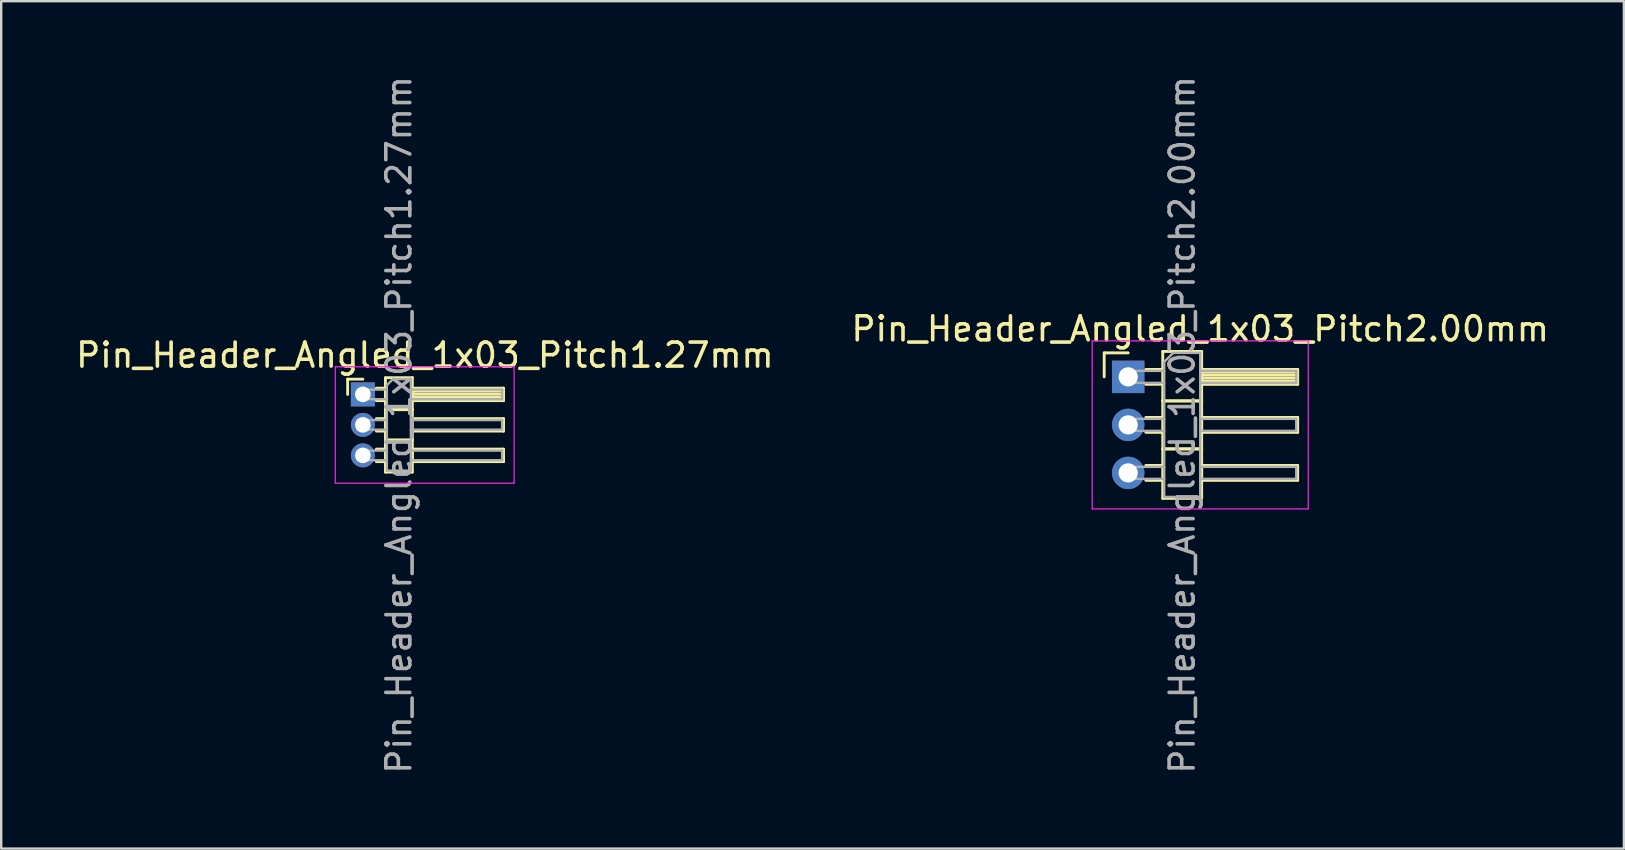
<source format=kicad_pcb>
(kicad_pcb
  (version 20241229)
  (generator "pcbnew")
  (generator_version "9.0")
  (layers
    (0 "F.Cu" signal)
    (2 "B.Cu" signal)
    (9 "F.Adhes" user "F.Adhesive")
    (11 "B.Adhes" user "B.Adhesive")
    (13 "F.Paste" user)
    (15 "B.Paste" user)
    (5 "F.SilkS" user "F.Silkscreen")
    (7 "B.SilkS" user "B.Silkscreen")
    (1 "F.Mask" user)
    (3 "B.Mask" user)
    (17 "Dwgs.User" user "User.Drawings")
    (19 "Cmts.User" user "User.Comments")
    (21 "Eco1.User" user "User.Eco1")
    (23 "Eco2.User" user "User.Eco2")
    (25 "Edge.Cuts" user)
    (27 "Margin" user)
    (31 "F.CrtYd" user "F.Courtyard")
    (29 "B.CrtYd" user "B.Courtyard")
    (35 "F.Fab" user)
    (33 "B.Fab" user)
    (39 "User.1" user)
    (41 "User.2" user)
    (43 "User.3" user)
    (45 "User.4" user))
  (footprint "Pin_Header_Angled_1x03_Pitch1.27mm"
    (layer "F.Cu")
    (at 12.066 13.379)
    (property "Reference" "Pin_Header_Angled_1x03_Pitch1.27mm" (at 2.583 -1.635 0) (layer "F.SilkS") (effects (font (size 1 1) (thickness 0.15))))
    (attr through_hole)
    (fp_line (start -0.635 -0.635) (end 0 -0.635) (stroke (width 0.12) (type solid)) (layer "F.SilkS"))
    (fp_line (start -0.635 0) (end -0.635 -0.635) (stroke (width 0.12) (type solid)) (layer "F.SilkS"))
    (fp_line (start 0.56 -0.26) (end 0.94 -0.26) (stroke (width 0.12) (type solid)) (layer "F.SilkS"))
    (fp_line (start 0.56 0.26) (end 0.94 0.26) (stroke (width 0.12) (type solid)) (layer "F.SilkS"))
    (fp_line (start 0.56 1.01) (end 0.94 1.01) (stroke (width 0.12) (type solid)) (layer "F.SilkS"))
    (fp_line (start 0.56 1.53) (end 0.94 1.53) (stroke (width 0.12) (type solid)) (layer "F.SilkS"))
    (fp_line (start 0.56 2.28) (end 0.94 2.28) (stroke (width 0.12) (type solid)) (layer "F.SilkS"))
    (fp_line (start 0.56 2.8) (end 0.94 2.8) (stroke (width 0.12) (type solid)) (layer "F.SilkS"))
    (fp_line (start 0.94 -0.695) (end 0.94 0.635) (stroke (width 0.12) (type solid)) (layer "F.SilkS"))
    (fp_line (start 0.94 0.635) (end 0.94 1.905) (stroke (width 0.12) (type solid)) (layer "F.SilkS"))
    (fp_line (start 0.94 0.635) (end 2.06 0.635) (stroke (width 0.12) (type solid)) (layer "F.SilkS"))
    (fp_line (start 0.94 1.905) (end 0.94 3.235) (stroke (width 0.12) (type solid)) (layer "F.SilkS"))
    (fp_line (start 0.94 1.905) (end 2.06 1.905) (stroke (width 0.12) (type solid)) (layer "F.SilkS"))
    (fp_line (start 0.94 3.235) (end 2.06 3.235) (stroke (width 0.12) (type solid)) (layer "F.SilkS"))
    (fp_line (start 2.06 -0.695) (end 0.94 -0.695) (stroke (width 0.12) (type solid)) (layer "F.SilkS"))
    (fp_line (start 2.06 -0.26) (end 2.06 0.26) (stroke (width 0.12) (type solid)) (layer "F.SilkS"))
    (fp_line (start 2.06 -0.14) (end 5.86 -0.14) (stroke (width 0.12) (type solid)) (layer "F.SilkS"))
    (fp_line (start 2.06 -0.02) (end 5.86 -0.02) (stroke (width 0.12) (type solid)) (layer "F.SilkS"))
    (fp_line (start 2.06 0.1) (end 5.86 0.1) (stroke (width 0.12) (type solid)) (layer "F.SilkS"))
    (fp_line (start 2.06 0.22) (end 5.86 0.22) (stroke (width 0.12) (type solid)) (layer "F.SilkS"))
    (fp_line (start 2.06 0.26) (end 5.86 0.26) (stroke (width 0.12) (type solid)) (layer "F.SilkS"))
    (fp_line (start 2.06 0.635) (end 0.94 0.635) (stroke (width 0.12) (type solid)) (layer "F.SilkS"))
    (fp_line (start 2.06 0.635) (end 2.06 -0.695) (stroke (width 0.12) (type solid)) (layer "F.SilkS"))
    (fp_line (start 2.06 1.01) (end 2.06 1.53) (stroke (width 0.12) (type solid)) (layer "F.SilkS"))
    (fp_line (start 2.06 1.53) (end 5.86 1.53) (stroke (width 0.12) (type solid)) (layer "F.SilkS"))
    (fp_line (start 2.06 1.905) (end 0.94 1.905) (stroke (width 0.12) (type solid)) (layer "F.SilkS"))
    (fp_line (start 2.06 1.905) (end 2.06 0.635) (stroke (width 0.12) (type solid)) (layer "F.SilkS"))
    (fp_line (start 2.06 2.28) (end 2.06 2.8) (stroke (width 0.12) (type solid)) (layer "F.SilkS"))
    (fp_line (start 2.06 2.8) (end 5.86 2.8) (stroke (width 0.12) (type solid)) (layer "F.SilkS"))
    (fp_line (start 2.06 3.235) (end 2.06 1.905) (stroke (width 0.12) (type solid)) (layer "F.SilkS"))
    (fp_line (start 5.86 -0.26) (end 2.06 -0.26) (stroke (width 0.12) (type solid)) (layer "F.SilkS"))
    (fp_line (start 5.86 0.26) (end 5.86 -0.26) (stroke (width 0.12) (type solid)) (layer "F.SilkS"))
    (fp_line (start 5.86 1.01) (end 2.06 1.01) (stroke (width 0.12) (type solid)) (layer "F.SilkS"))
    (fp_line (start 5.86 1.53) (end 5.86 1.01) (stroke (width 0.12) (type solid)) (layer "F.SilkS"))
    (fp_line (start 5.86 2.28) (end 2.06 2.28) (stroke (width 0.12) (type solid)) (layer "F.SilkS"))
    (fp_line (start 5.86 2.8) (end 5.86 2.28) (stroke (width 0.12) (type solid)) (layer "F.SilkS"))
    (fp_line (start -1.15 -1.15) (end -1.15 3.7) (stroke (width 0.05) (type solid)) (layer "F.CrtYd"))
    (fp_line (start -1.15 3.7) (end 6.3 3.7) (stroke (width 0.05) (type solid)) (layer "F.CrtYd"))
    (fp_line (start 6.3 -1.15) (end -1.15 -1.15) (stroke (width 0.05) (type solid)) (layer "F.CrtYd"))
    (fp_line (start 6.3 3.7) (end 6.3 -1.15) (stroke (width 0.05) (type solid)) (layer "F.CrtYd"))
    (fp_line (start -0.2 -0.2) (end -0.2 0.2) (stroke (width 0.1) (type solid)) (layer "F.Fab"))
    (fp_line (start -0.2 -0.2) (end 1 -0.2) (stroke (width 0.1) (type solid)) (layer "F.Fab"))
    (fp_line (start -0.2 0.2) (end 1 0.2) (stroke (width 0.1) (type solid)) (layer "F.Fab"))
    (fp_line (start -0.2 1.07) (end -0.2 1.47) (stroke (width 0.1) (type solid)) (layer "F.Fab"))
    (fp_line (start -0.2 1.07) (end 1 1.07) (stroke (width 0.1) (type solid)) (layer "F.Fab"))
    (fp_line (start -0.2 1.47) (end 1 1.47) (stroke (width 0.1) (type solid)) (layer "F.Fab"))
    (fp_line (start -0.2 2.34) (end -0.2 2.74) (stroke (width 0.1) (type solid)) (layer "F.Fab"))
    (fp_line (start -0.2 2.34) (end 1 2.34) (stroke (width 0.1) (type solid)) (layer "F.Fab"))
    (fp_line (start -0.2 2.74) (end 1 2.74) (stroke (width 0.1) (type solid)) (layer "F.Fab"))
    (fp_line (start 1 -0.385) (end 1.25 -0.635) (stroke (width 0.1) (type solid)) (layer "F.Fab"))
    (fp_line (start 1 3.175) (end 1 -0.385) (stroke (width 0.1) (type solid)) (layer "F.Fab"))
    (fp_line (start 1.25 -0.635) (end 2 -0.635) (stroke (width 0.1) (type solid)) (layer "F.Fab"))
    (fp_line (start 2 -0.635) (end 2 3.175) (stroke (width 0.1) (type solid)) (layer "F.Fab"))
    (fp_line (start 2 -0.2) (end 5.8 -0.2) (stroke (width 0.1) (type solid)) (layer "F.Fab"))
    (fp_line (start 2 0.2) (end 5.8 0.2) (stroke (width 0.1) (type solid)) (layer "F.Fab"))
    (fp_line (start 2 1.07) (end 5.8 1.07) (stroke (width 0.1) (type solid)) (layer "F.Fab"))
    (fp_line (start 2 1.47) (end 5.8 1.47) (stroke (width 0.1) (type solid)) (layer "F.Fab"))
    (fp_line (start 2 2.34) (end 5.8 2.34) (stroke (width 0.1) (type solid)) (layer "F.Fab"))
    (fp_line (start 2 2.74) (end 5.8 2.74) (stroke (width 0.1) (type solid)) (layer "F.Fab"))
    (fp_line (start 2 3.175) (end 1 3.175) (stroke (width 0.1) (type solid)) (layer "F.Fab"))
    (fp_line (start 5.8 -0.2) (end 5.8 0.2) (stroke (width 0.1) (type solid)) (layer "F.Fab"))
    (fp_line (start 5.8 1.07) (end 5.8 1.47) (stroke (width 0.1) (type solid)) (layer "F.Fab"))
    (fp_line (start 5.8 2.34) (end 5.8 2.74) (stroke (width 0.1) (type solid)) (layer "F.Fab"))
    (fp_text user "${REFERENCE}" (at 1.5 1.27 90) (layer "F.Fab") (effects (font (size 1 1) (thickness 0.15))))
    (pad "1" thru_hole rect (at 0 0) (size 1 1) (drill 0.65) (layers "*.Cu" "*.Mask"))
    (pad "2" thru_hole oval (at 0 1.27) (size 1 1) (drill 0.65) (layers "*.Cu" "*.Mask"))
    (pad "3" thru_hole oval (at 0 2.54) (size 1 1) (drill 0.65) (layers "*.Cu" "*.Mask")))
  (footprint "Pin_Header_Angled_1x03_Pitch2.00mm"
    (layer "F.Cu")
    (at 43.946 12.649)
    (property "Reference" "Pin_Header_Angled_1x03_Pitch2.00mm" (at 3 -2 0) (layer "F.SilkS") (effects (font (size 1 1) (thickness 0.15))))
    (attr through_hole)
    (fp_line (start -1 -1) (end 0 -1) (stroke (width 0.12) (type solid)) (layer "F.SilkS"))
    (fp_line (start -1 0) (end -1 -1) (stroke (width 0.12) (type solid)) (layer "F.SilkS"))
    (fp_line (start 0.735 -0.31) (end 1.44 -0.31) (stroke (width 0.12) (type solid)) (layer "F.SilkS"))
    (fp_line (start 0.735 0.31) (end 1.44 0.31) (stroke (width 0.12) (type solid)) (layer "F.SilkS"))
    (fp_line (start 0.735 1.69) (end 1.44 1.69) (stroke (width 0.12) (type solid)) (layer "F.SilkS"))
    (fp_line (start 0.735 2.31) (end 1.44 2.31) (stroke (width 0.12) (type solid)) (layer "F.SilkS"))
    (fp_line (start 0.735 3.69) (end 1.44 3.69) (stroke (width 0.12) (type solid)) (layer "F.SilkS"))
    (fp_line (start 0.735 4.31) (end 1.44 4.31) (stroke (width 0.12) (type solid)) (layer "F.SilkS"))
    (fp_line (start 1.44 -1.06) (end 1.44 1) (stroke (width 0.12) (type solid)) (layer "F.SilkS"))
    (fp_line (start 1.44 1) (end 1.44 3) (stroke (width 0.12) (type solid)) (layer "F.SilkS"))
    (fp_line (start 1.44 1) (end 3.06 1) (stroke (width 0.12) (type solid)) (layer "F.SilkS"))
    (fp_line (start 1.44 3) (end 1.44 5.06) (stroke (width 0.12) (type solid)) (layer "F.SilkS"))
    (fp_line (start 1.44 3) (end 3.06 3) (stroke (width 0.12) (type solid)) (layer "F.SilkS"))
    (fp_line (start 1.44 5.06) (end 3.06 5.06) (stroke (width 0.12) (type solid)) (layer "F.SilkS"))
    (fp_line (start 3.06 -1.06) (end 1.44 -1.06) (stroke (width 0.12) (type solid)) (layer "F.SilkS"))
    (fp_line (start 3.06 -0.31) (end 3.06 0.31) (stroke (width 0.12) (type solid)) (layer "F.SilkS"))
    (fp_line (start 3.06 -0.19) (end 7.06 -0.19) (stroke (width 0.12) (type solid)) (layer "F.SilkS"))
    (fp_line (start 3.06 -0.07) (end 7.06 -0.07) (stroke (width 0.12) (type solid)) (layer "F.SilkS"))
    (fp_line (start 3.06 0.05) (end 7.06 0.05) (stroke (width 0.12) (type solid)) (layer "F.SilkS"))
    (fp_line (start 3.06 0.17) (end 7.06 0.17) (stroke (width 0.12) (type solid)) (layer "F.SilkS"))
    (fp_line (start 3.06 0.29) (end 7.06 0.29) (stroke (width 0.12) (type solid)) (layer "F.SilkS"))
    (fp_line (start 3.06 0.31) (end 7.06 0.31) (stroke (width 0.12) (type solid)) (layer "F.SilkS"))
    (fp_line (start 3.06 1) (end 1.44 1) (stroke (width 0.12) (type solid)) (layer "F.SilkS"))
    (fp_line (start 3.06 1) (end 3.06 -1.06) (stroke (width 0.12) (type solid)) (layer "F.SilkS"))
    (fp_line (start 3.06 1.69) (end 3.06 2.31) (stroke (width 0.12) (type solid)) (layer "F.SilkS"))
    (fp_line (start 3.06 2.31) (end 7.06 2.31) (stroke (width 0.12) (type solid)) (layer "F.SilkS"))
    (fp_line (start 3.06 3) (end 1.44 3) (stroke (width 0.12) (type solid)) (layer "F.SilkS"))
    (fp_line (start 3.06 3) (end 3.06 1) (stroke (width 0.12) (type solid)) (layer "F.SilkS"))
    (fp_line (start 3.06 3.69) (end 3.06 4.31) (stroke (width 0.12) (type solid)) (layer "F.SilkS"))
    (fp_line (start 3.06 4.31) (end 7.06 4.31) (stroke (width 0.12) (type solid)) (layer "F.SilkS"))
    (fp_line (start 3.06 5.06) (end 3.06 3) (stroke (width 0.12) (type solid)) (layer "F.SilkS"))
    (fp_line (start 7.06 -0.31) (end 3.06 -0.31) (stroke (width 0.12) (type solid)) (layer "F.SilkS"))
    (fp_line (start 7.06 0.31) (end 7.06 -0.31) (stroke (width 0.12) (type solid)) (layer "F.SilkS"))
    (fp_line (start 7.06 1.69) (end 3.06 1.69) (stroke (width 0.12) (type solid)) (layer "F.SilkS"))
    (fp_line (start 7.06 2.31) (end 7.06 1.69) (stroke (width 0.12) (type solid)) (layer "F.SilkS"))
    (fp_line (start 7.06 3.69) (end 3.06 3.69) (stroke (width 0.12) (type solid)) (layer "F.SilkS"))
    (fp_line (start 7.06 4.31) (end 7.06 3.69) (stroke (width 0.12) (type solid)) (layer "F.SilkS"))
    (fp_line (start -1.5 -1.5) (end -1.5 5.5) (stroke (width 0.05) (type solid)) (layer "F.CrtYd"))
    (fp_line (start -1.5 5.5) (end 7.5 5.5) (stroke (width 0.05) (type solid)) (layer "F.CrtYd"))
    (fp_line (start 7.5 -1.5) (end -1.5 -1.5) (stroke (width 0.05) (type solid)) (layer "F.CrtYd"))
    (fp_line (start 7.5 5.5) (end 7.5 -1.5) (stroke (width 0.05) (type solid)) (layer "F.CrtYd"))
    (fp_line (start -0.25 -0.25) (end -0.25 0.25) (stroke (width 0.1) (type solid)) (layer "F.Fab"))
    (fp_line (start -0.25 -0.25) (end 1.5 -0.25) (stroke (width 0.1) (type solid)) (layer "F.Fab"))
    (fp_line (start -0.25 0.25) (end 1.5 0.25) (stroke (width 0.1) (type solid)) (layer "F.Fab"))
    (fp_line (start -0.25 1.75) (end -0.25 2.25) (stroke (width 0.1) (type solid)) (layer "F.Fab"))
    (fp_line (start -0.25 1.75) (end 1.5 1.75) (stroke (width 0.1) (type solid)) (layer "F.Fab"))
    (fp_line (start -0.25 2.25) (end 1.5 2.25) (stroke (width 0.1) (type solid)) (layer "F.Fab"))
    (fp_line (start -0.25 3.75) (end -0.25 4.25) (stroke (width 0.1) (type solid)) (layer "F.Fab"))
    (fp_line (start -0.25 3.75) (end 1.5 3.75) (stroke (width 0.1) (type solid)) (layer "F.Fab"))
    (fp_line (start -0.25 4.25) (end 1.5 4.25) (stroke (width 0.1) (type solid)) (layer "F.Fab"))
    (fp_line (start 1.5 -0.625) (end 1.875 -1) (stroke (width 0.1) (type solid)) (layer "F.Fab"))
    (fp_line (start 1.5 5) (end 1.5 -0.625) (stroke (width 0.1) (type solid)) (layer "F.Fab"))
    (fp_line (start 1.875 -1) (end 3 -1) (stroke (width 0.1) (type solid)) (layer "F.Fab"))
    (fp_line (start 3 -1) (end 3 5) (stroke (width 0.1) (type solid)) (layer "F.Fab"))
    (fp_line (start 3 -0.25) (end 7 -0.25) (stroke (width 0.1) (type solid)) (layer "F.Fab"))
    (fp_line (start 3 0.25) (end 7 0.25) (stroke (width 0.1) (type solid)) (layer "F.Fab"))
    (fp_line (start 3 1.75) (end 7 1.75) (stroke (width 0.1) (type solid)) (layer "F.Fab"))
    (fp_line (start 3 2.25) (end 7 2.25) (stroke (width 0.1) (type solid)) (layer "F.Fab"))
    (fp_line (start 3 3.75) (end 7 3.75) (stroke (width 0.1) (type solid)) (layer "F.Fab"))
    (fp_line (start 3 4.25) (end 7 4.25) (stroke (width 0.1) (type solid)) (layer "F.Fab"))
    (fp_line (start 3 5) (end 1.5 5) (stroke (width 0.1) (type solid)) (layer "F.Fab"))
    (fp_line (start 7 -0.25) (end 7 0.25) (stroke (width 0.1) (type solid)) (layer "F.Fab"))
    (fp_line (start 7 1.75) (end 7 2.25) (stroke (width 0.1) (type solid)) (layer "F.Fab"))
    (fp_line (start 7 3.75) (end 7 4.25) (stroke (width 0.1) (type solid)) (layer "F.Fab"))
    (fp_text user "${REFERENCE}" (at 2.25 2 90) (layer "F.Fab") (effects (font (size 1 1) (thickness 0.15))))
    (pad "1" thru_hole rect (at 0 0) (size 1.35 1.35) (drill 0.8) (layers "*.Cu" "*.Mask"))
    (pad "2" thru_hole oval (at 0 2) (size 1.35 1.35) (drill 0.8) (layers "*.Cu" "*.Mask"))
    (pad "3" thru_hole oval (at 0 4) (size 1.35 1.35) (drill 0.8) (layers "*.Cu" "*.Mask")))
  (gr_rect
    (start -3 -3)
    (end 64.595 32.298)
    (stroke (width 0.1) (type default))
    (fill no)
    (layer "Edge.Cuts")))
</source>
